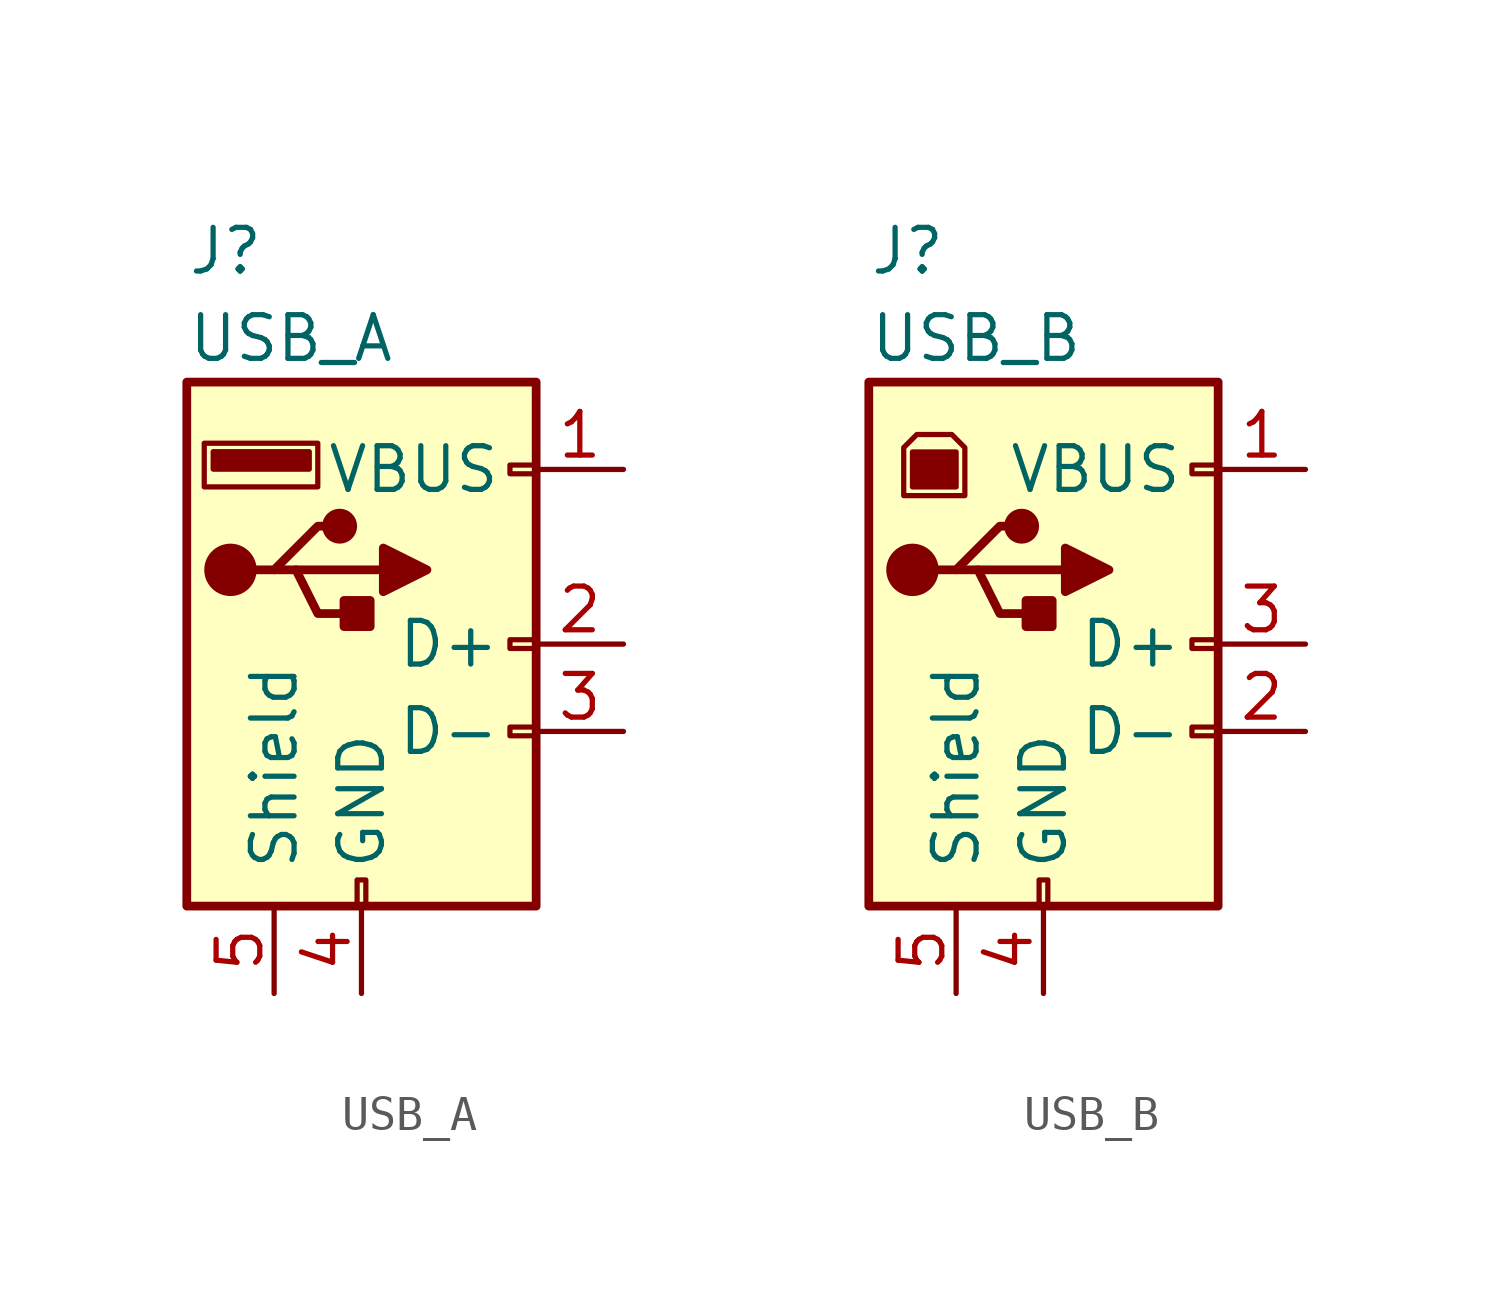
<source format=kicad_sym>
(kicad_symbol_lib
  (version 20220914)
  (generator kicad_symbol_editor)
  (symbol "USB_A"
    (pin_names
      (offset 1.016))
    (property "Reference" "J"
      (at -5.08 11.43 0)
      (effects (font (size 1.27 1.27)) (justify left)))
    (property "Value" "USB_A"
      (at -5.08 8.89 0)
      (effects (font (size 1.27 1.27)) (justify left)))
    (symbol "USB_A_0_1"
      (rectangle (start -5.08 -7.62) (end 5.08 7.62) (stroke (width 0.254) (type default)) (fill (type background)))
      (rectangle (start -4.312 5.596) (end -1.518 5.088) (stroke (width 0) (type default)) (fill (type outline)))
      (circle (center -3.81 2.159) (radius 0.635) (stroke (width 0.254) (type default)) (fill (type outline)))
      (rectangle (start -1.27 4.572) (end -4.572 5.842) (stroke (width 0) (type default)) (fill (type none)))
      (circle (center -0.635 3.429) (radius 0.381) (stroke (width 0.254) (type default)) (fill (type outline)))
      (rectangle (start -0.127 -7.62) (end 0.127 -6.858) (stroke (width 0) (type default)) (fill (type none)))
      (polyline (pts (xy -3.175 2.159) (xy -2.54 2.159) (xy -1.27 3.429) (xy -0.635 3.429)) (stroke (width 0.254) (type default)) (fill (type none)))
      (polyline (pts (xy -2.54 2.159) (xy -1.905 2.159) (xy -1.27 0.889) (xy 0 0.889)) (stroke (width 0.254) (type default)) (fill (type none)))
      (polyline (pts (xy 0.635 2.794) (xy 0.635 1.524) (xy 1.905 2.159) (xy 0.635 2.794)) (stroke (width 0.254) (type default)) (fill (type outline)))
      (rectangle (start 0.254 1.27) (end -0.508 0.508) (stroke (width 0.254) (type default)) (fill (type outline)))
      (rectangle (start 5.08 -2.667) (end 4.318 -2.413) (stroke (width 0) (type default)) (fill (type none)))
      (rectangle (start 5.08 -0.127) (end 4.318 0.127) (stroke (width 0) (type default)) (fill (type none)))
      (rectangle (start 5.08 4.953) (end 4.318 5.207) (stroke (width 0) (type default)) (fill (type none))))
    (symbol "USB_A_1_1"
      (polyline (pts (xy -1.905 2.159) (xy 0.635 2.159)) (stroke (width 0.254) (type default)) (fill (type none)))
      (pin power_in line (at 7.62 5.08 180) (length 2.54) (name "VBUS" (effects (font (size 1.27 1.27)))) (number "1" (effects (font (size 1.27 1.27)))))
      (pin bidirectional line (at 7.62 0 180) (length 2.54) (name "D+" (effects (font (size 1.27 1.27)))) (number "2" (effects (font (size 1.27 1.27)))))
      (pin bidirectional line (at 7.62 -2.54 180) (length 2.54) (name "D-" (effects (font (size 1.27 1.27)))) (number "3" (effects (font (size 1.27 1.27)))))
      (pin power_in line (at 0 -10.16 90) (length 2.54) (name "GND" (effects (font (size 1.27 1.27)))) (number "4" (effects (font (size 1.27 1.27)))))
      (pin passive line (at -2.54 -10.16 90) (length 2.54) (name "Shield" (effects (font (size 1.27 1.27)))) (number "5" (effects (font (size 1.27 1.27)))))))
  (symbol "USB_B"
    (pin_names
      (offset 1.016))
    (property "Reference" "J"
      (at -5.08 11.43 0)
      (effects (font (size 1.27 1.27)) (justify left)))
    (property "Value" "USB_B"
      (at -5.08 8.89 0)
      (effects (font (size 1.27 1.27)) (justify left)))
    (symbol "USB_B_0_1"
      (rectangle (start -5.08 -7.62) (end 5.08 7.62) (stroke (width 0.254) (type default)) (fill (type background)))
      (circle (center -3.81 2.159) (radius 0.635) (stroke (width 0.254) (type default)) (fill (type outline)))
      (rectangle (start -3.81 5.588) (end -2.54 4.572) (stroke (width 0) (type default)) (fill (type outline)))
      (circle (center -0.635 3.429) (radius 0.381) (stroke (width 0.254) (type default)) (fill (type outline)))
      (rectangle (start -0.127 -7.62) (end 0.127 -6.858) (stroke (width 0) (type default)) (fill (type none)))
      (polyline (pts (xy -1.905 2.159) (xy 0.635 2.159)) (stroke (width 0.254) (type default)) (fill (type none)))
      (polyline (pts (xy -3.175 2.159) (xy -2.54 2.159) (xy -1.27 3.429) (xy -0.635 3.429)) (stroke (width 0.254) (type default)) (fill (type none)))
      (polyline (pts (xy -2.54 2.159) (xy -1.905 2.159) (xy -1.27 0.889) (xy 0 0.889)) (stroke (width 0.254) (type default)) (fill (type none)))
      (polyline (pts (xy 0.635 2.794) (xy 0.635 1.524) (xy 1.905 2.159) (xy 0.635 2.794)) (stroke (width 0.254) (type default)) (fill (type outline)))
      (polyline (pts (xy -4.064 4.318) (xy -2.286 4.318) (xy -2.286 5.715) (xy -2.667 6.096) (xy -3.683 6.096) (xy -4.064 5.715) (xy -4.064 4.318)) (stroke (width 0) (type default)) (fill (type none)))
      (rectangle (start 0.254 1.27) (end -0.508 0.508) (stroke (width 0.254) (type default)) (fill (type outline)))
      (rectangle (start 5.08 -2.667) (end 4.318 -2.413) (stroke (width 0) (type default)) (fill (type none)))
      (rectangle (start 5.08 -0.127) (end 4.318 0.127) (stroke (width 0) (type default)) (fill (type none)))
      (rectangle (start 5.08 4.953) (end 4.318 5.207) (stroke (width 0) (type default)) (fill (type none))))
    (symbol "USB_B_1_1"
      (pin bidirectional line (at 7.62 5.08 180) (length 2.54) (name "VBUS" (effects (font (size 1.27 1.27)))) (number "1" (effects (font (size 1.27 1.27)))))
      (pin bidirectional line (at 7.62 -2.54 180) (length 2.54) (name "D-" (effects (font (size 1.27 1.27)))) (number "2" (effects (font (size 1.27 1.27)))))
      (pin bidirectional line (at 7.62 0 180) (length 2.54) (name "D+" (effects (font (size 1.27 1.27)))) (number "3" (effects (font (size 1.27 1.27)))))
      (pin power_in line (at 0 -10.16 90) (length 2.54) (name "GND" (effects (font (size 1.27 1.27)))) (number "4" (effects (font (size 1.27 1.27)))))
      (pin passive line (at -2.54 -10.16 90) (length 2.54) (name "Shield" (effects (font (size 1.27 1.27)))) (number "5" (effects (font (size 1.27 1.27))))))))
</source>
